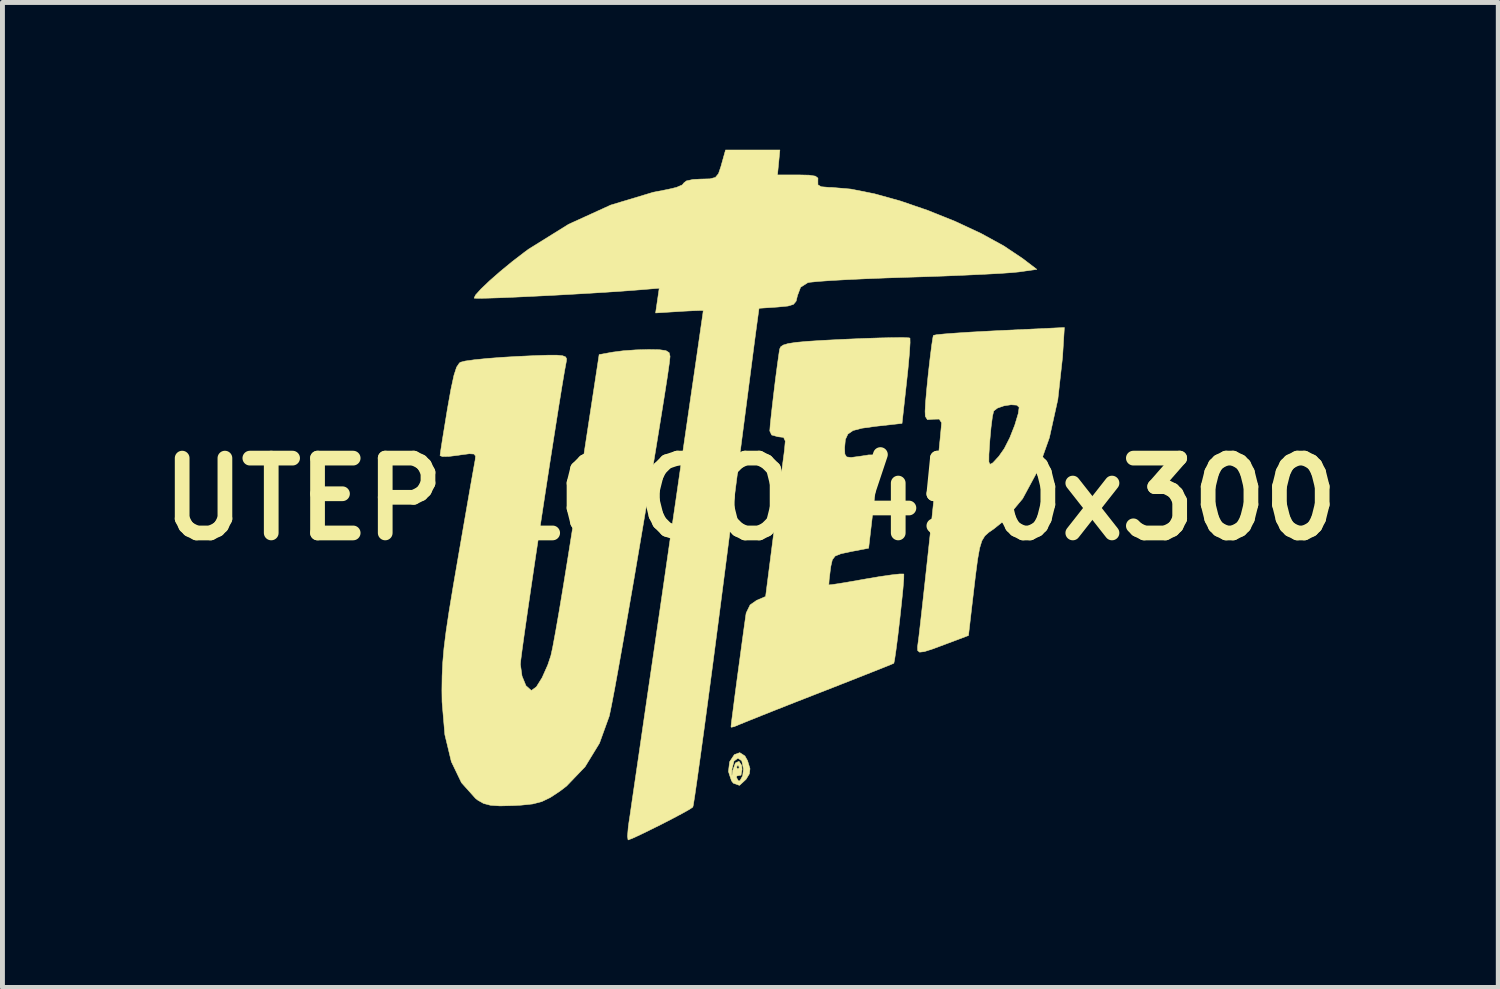
<source format=kicad_pcb>
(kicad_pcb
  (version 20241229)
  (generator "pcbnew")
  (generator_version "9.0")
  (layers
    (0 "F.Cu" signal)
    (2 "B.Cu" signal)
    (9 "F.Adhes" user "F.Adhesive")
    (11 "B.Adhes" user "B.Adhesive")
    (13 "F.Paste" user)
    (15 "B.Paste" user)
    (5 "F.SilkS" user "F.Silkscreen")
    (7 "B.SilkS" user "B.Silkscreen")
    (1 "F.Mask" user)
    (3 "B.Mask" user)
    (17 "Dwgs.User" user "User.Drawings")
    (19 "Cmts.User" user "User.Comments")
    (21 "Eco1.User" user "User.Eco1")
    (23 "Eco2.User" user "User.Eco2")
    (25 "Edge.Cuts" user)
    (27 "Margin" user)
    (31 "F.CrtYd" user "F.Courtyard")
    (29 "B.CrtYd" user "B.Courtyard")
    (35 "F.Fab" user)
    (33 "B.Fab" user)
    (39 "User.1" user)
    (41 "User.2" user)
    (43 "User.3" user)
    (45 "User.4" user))
  (footprint "UTEP LOGO 450x300"
    (layer "F.Cu")
    (at 12.236 7.117)
    (property "Reference" "UTEP LOGO 450x300" (at 0 0 0) (layer "F.SilkS") (effects (font (size 1.524 1.524) (thickness 0.3))))
    (attr through_hole)
    (fp_poly (pts (xy -0.112 5.232) (xy -0.058 5.328) (xy -0.008 5.492) (xy -0.021 5.597) (xy -0.089 5.709) (xy -0.222 5.832) (xy -0.348 5.787) (xy -0.384 5.74) (xy -0.418 5.639) (xy -0.38 5.639) (xy -0.371 5.61) (xy -0.358 5.524) (xy -0.336 5.461) (xy -0.282 5.461) (xy -0.254 5.503) (xy -0.226 5.461) (xy -0.254 5.419) (xy -0.282 5.461) (xy -0.336 5.461) (xy -0.305 5.375) (xy -0.232 5.341) (xy -0.177 5.426) (xy -0.169 5.508) (xy -0.191 5.625) (xy -0.226 5.63) (xy -0.278 5.641) (xy -0.282 5.675) (xy -0.242 5.742) (xy -0.212 5.736) (xy -0.157 5.634) (xy -0.141 5.496) (xy -0.176 5.331) (xy -0.254 5.278) (xy -0.334 5.337) (xy -0.376 5.503) (xy -0.38 5.639) (xy -0.418 5.639) (xy -0.447 5.549) (xy -0.423 5.351) (xy -0.327 5.205) (xy -0.216 5.165) (xy -0.112 5.232)) (stroke (width 0.01) (type solid)) (fill yes) (layer "F.SilkS"))
    (fp_poly (pts (xy 6.359 -2.893) (xy 6.263 -2.029) (xy 6.091 -1.251) (xy 5.85 -0.572) (xy 5.545 -0.007) (xy 5.182 0.427) (xy 4.96 0.606) (xy 4.854 0.679) (xy 4.775 0.751) (xy 4.716 0.849) (xy 4.67 0.998) (xy 4.629 1.227) (xy 4.585 1.561) (xy 4.53 2.029) (xy 4.513 2.173) (xy 4.443 2.779) (xy 3.973 2.956) (xy 3.712 3.053) (xy 3.543 3.107) (xy 3.447 3.118) (xy 3.407 3.085) (xy 3.405 3.009) (xy 3.414 2.942) (xy 3.433 2.796) (xy 3.465 2.517) (xy 3.508 2.132) (xy 3.559 1.669) (xy 3.615 1.155) (xy 3.673 0.618) (xy 3.729 0.085) (xy 3.782 -0.417) (xy 3.817 -0.756) (xy 4.858 -0.756) (xy 4.881 -0.709) (xy 4.933 -0.735) (xy 4.945 -0.745) (xy 5.061 -0.871) (xy 5.172 -1.029) (xy 5.283 -1.247) (xy 5.385 -1.505) (xy 5.456 -1.741) (xy 5.475 -1.869) (xy 5.427 -1.914) (xy 5.31 -1.922) (xy 5.166 -1.9) (xy 5.033 -1.854) (xy 4.957 -1.795) (xy 4.931 -1.685) (xy 4.902 -1.459) (xy 4.878 -1.197) (xy 4.859 -0.909) (xy 4.858 -0.756) (xy 3.817 -0.756) (xy 3.828 -0.859) (xy 3.864 -1.215) (xy 3.887 -1.457) (xy 3.895 -1.556) (xy 3.846 -1.63) (xy 3.725 -1.627) (xy 3.606 -1.618) (xy 3.563 -1.687) (xy 3.559 -1.79) (xy 3.569 -1.974) (xy 3.593 -2.247) (xy 3.625 -2.563) (xy 3.661 -2.876) (xy 3.694 -3.138) (xy 3.72 -3.303) (xy 3.729 -3.335) (xy 3.79 -3.348) (xy 3.948 -3.364) (xy 4.187 -3.382) (xy 4.49 -3.402) (xy 4.842 -3.421) (xy 5.075 -3.433) (xy 6.396 -3.495) (xy 6.359 -2.893)) (stroke (width 0.01) (type solid)) (fill yes) (layer "F.SilkS"))
    (fp_poly (pts (xy 3.229 -3.285) (xy 3.251 -3.279) (xy 3.253 -3.185) (xy 3.239 -2.961) (xy 3.21 -2.644) (xy 3.183 -2.391) (xy 3.089 -1.542) (xy 2.546 -1.482) (xy 2.272 -1.444) (xy 2.092 -1.397) (xy 1.986 -1.324) (xy 1.935 -1.214) (xy 1.92 -1.05) (xy 1.92 -1.025) (xy 1.925 -0.914) (xy 1.961 -0.859) (xy 2.052 -0.848) (xy 2.225 -0.871) (xy 2.258 -0.876) (xy 2.41 -0.9) (xy 2.512 -0.9) (xy 2.571 -0.85) (xy 2.591 -0.725) (xy 2.58 -0.501) (xy 2.543 -0.152) (xy 2.504 0.182) (xy 2.409 1) (xy 2.039 1.071) (xy 1.841 1.114) (xy 1.727 1.16) (xy 1.669 1.237) (xy 1.639 1.368) (xy 1.629 1.439) (xy 1.605 1.637) (xy 1.598 1.743) (xy 1.599 1.748) (xy 1.655 1.743) (xy 1.803 1.721) (xy 2.02 1.685) (xy 2.287 1.638) (xy 2.355 1.626) (xy 2.632 1.579) (xy 2.867 1.545) (xy 3.037 1.526) (xy 3.121 1.526) (xy 3.126 1.529) (xy 3.125 1.618) (xy 3.108 1.832) (xy 3.078 2.127) (xy 3.042 2.461) (xy 3.003 2.793) (xy 2.966 3.078) (xy 2.937 3.276) (xy 2.922 3.344) (xy 2.865 3.369) (xy 2.714 3.43) (xy 2.48 3.523) (xy 2.179 3.642) (xy 1.823 3.782) (xy 1.427 3.937) (xy 1.327 3.976) (xy 0.92 4.135) (xy 0.547 4.282) (xy 0.222 4.411) (xy -0.039 4.516) (xy -0.224 4.591) (xy -0.317 4.63) (xy -0.324 4.634) (xy -0.388 4.648) (xy -0.395 4.635) (xy -0.385 4.542) (xy -0.356 4.32) (xy -0.316 4.007) (xy -0.267 3.639) (xy -0.215 3.255) (xy -0.166 2.891) (xy -0.124 2.584) (xy -0.094 2.371) (xy -0.086 2.32) (xy -0.006 2.156) (xy 0.126 2.063) (xy 0.31 1.984) (xy 0.483 0.632) (xy 0.545 0.152) (xy 0.602 -0.288) (xy 0.649 -0.655) (xy 0.683 -0.911) (xy 0.694 -0.995) (xy 0.711 -1.182) (xy 0.676 -1.257) (xy 0.564 -1.27) (xy 0.563 -1.27) (xy 0.433 -1.306) (xy 0.395 -1.388) (xy 0.405 -1.523) (xy 0.432 -1.775) (xy 0.469 -2.096) (xy 0.51 -2.436) (xy 0.551 -2.746) (xy 0.584 -2.979) (xy 0.597 -3.058) (xy 0.618 -3.103) (xy 0.671 -3.139) (xy 0.769 -3.168) (xy 0.926 -3.192) (xy 1.154 -3.213) (xy 1.467 -3.233) (xy 1.879 -3.254) (xy 1.925 -3.256) (xy 2.296 -3.272) (xy 2.628 -3.283) (xy 2.905 -3.289) (xy 3.111 -3.29) (xy 3.229 -3.285)) (stroke (width 0.01) (type solid)) (fill yes) (layer "F.SilkS"))
    (fp_poly (pts (xy -1.852 -3.043) (xy -1.72 -3.024) (xy -1.655 -2.983) (xy -1.637 -2.912) (xy -1.637 -2.9) (xy -1.651 -2.771) (xy -1.69 -2.499) (xy -1.751 -2.106) (xy -1.83 -1.613) (xy -1.923 -1.04) (xy -2.027 -0.409) (xy -2.139 0.258) (xy -2.255 0.942) (xy -2.37 1.621) (xy -2.483 2.273) (xy -2.588 2.877) (xy -2.683 3.413) (xy -2.764 3.86) (xy -2.828 4.195) (xy -2.87 4.399) (xy -2.875 4.421) (xy -3.074 4.972) (xy -3.368 5.453) (xy -3.745 5.846) (xy -3.882 5.951) (xy -4.078 6.08) (xy -4.249 6.162) (xy -4.433 6.21) (xy -4.671 6.235) (xy -4.826 6.243) (xy -5.102 6.25) (xy -5.295 6.237) (xy -5.436 6.2) (xy -5.553 6.133) (xy -5.599 6.097) (xy -5.885 5.778) (xy -6.092 5.348) (xy -6.224 4.8) (xy -6.281 4.13) (xy -6.284 3.895) (xy -6.28 3.605) (xy -6.267 3.33) (xy -6.242 3.038) (xy -6.2 2.701) (xy -6.138 2.286) (xy -6.052 1.764) (xy -5.96 1.228) (xy -5.866 0.683) (xy -5.78 0.187) (xy -5.707 -0.234) (xy -5.65 -0.556) (xy -5.615 -0.752) (xy -5.607 -0.794) (xy -5.599 -0.877) (xy -5.631 -0.918) (xy -5.726 -0.924) (xy -5.907 -0.9) (xy -5.949 -0.893) (xy -6.137 -0.87) (xy -6.271 -0.867) (xy -6.322 -0.885) (xy -6.309 -0.983) (xy -6.274 -1.21) (xy -6.222 -1.529) (xy -6.173 -1.83) (xy -6.099 -2.244) (xy -6.039 -2.521) (xy -5.985 -2.688) (xy -5.927 -2.773) (xy -5.904 -2.788) (xy -5.811 -2.812) (xy -5.626 -2.838) (xy -5.369 -2.864) (xy -5.06 -2.888) (xy -4.752 -2.906) (xy -4.387 -2.923) (xy -4.121 -2.932) (xy -3.938 -2.932) (xy -3.824 -2.92) (xy -3.764 -2.896) (xy -3.744 -2.858) (xy -3.748 -2.813) (xy -3.786 -2.608) (xy -3.842 -2.274) (xy -3.913 -1.834) (xy -3.995 -1.312) (xy -4.086 -0.73) (xy -4.181 -0.112) (xy -4.277 0.52) (xy -4.371 1.142) (xy -4.458 1.731) (xy -4.536 2.264) (xy -4.601 2.717) (xy -4.65 3.069) (xy -4.679 3.295) (xy -4.685 3.367) (xy -4.652 3.605) (xy -4.572 3.801) (xy -4.469 3.893) (xy -4.455 3.895) (xy -4.359 3.824) (xy -4.243 3.638) (xy -4.128 3.38) (xy -4.064 3.188) (xy -4.028 3.023) (xy -3.971 2.715) (xy -3.896 2.286) (xy -3.808 1.757) (xy -3.71 1.15) (xy -3.605 0.487) (xy -3.522 -0.054) (xy -3.081 -2.944) (xy -2.797 -2.995) (xy -2.593 -3.021) (xy -2.332 -3.04) (xy -2.074 -3.047) (xy -1.852 -3.043)) (stroke (width 0.01) (type solid)) (fill yes) (layer "F.SilkS"))
    (fp_poly (pts (xy 0.552 -6.604) (xy 0.98 -6.604) (xy 1.198 -6.599) (xy 1.324 -6.579) (xy 1.376 -6.539) (xy 1.375 -6.477) (xy 1.376 -6.402) (xy 1.443 -6.363) (xy 1.597 -6.35) (xy 1.645 -6.35) (xy 2.049 -6.315) (xy 2.53 -6.219) (xy 3.061 -6.071) (xy 3.615 -5.881) (xy 4.168 -5.659) (xy 4.692 -5.415) (xy 5.161 -5.158) (xy 5.55 -4.898) (xy 5.556 -4.893) (xy 5.835 -4.68) (xy 5.472 -4.628) (xy 5.327 -4.614) (xy 5.085 -4.597) (xy 4.765 -4.58) (xy 4.381 -4.562) (xy 3.951 -4.544) (xy 3.492 -4.528) (xy 3.228 -4.52) (xy 2.77 -4.505) (xy 2.342 -4.488) (xy 1.958 -4.47) (xy 1.633 -4.452) (xy 1.382 -4.434) (xy 1.22 -4.418) (xy 1.169 -4.409) (xy 1.023 -4.316) (xy 0.959 -4.146) (xy 0.932 -4.033) (xy 0.878 -3.967) (xy 0.767 -3.933) (xy 0.574 -3.914) (xy 0.551 -3.912) (xy 0.176 -3.887) (xy 0.116 -3.446) (xy 0.094 -3.281) (xy 0.053 -2.967) (xy -0.005 -2.519) (xy -0.078 -1.957) (xy -0.164 -1.296) (xy -0.26 -0.553) (xy -0.364 0.255) (xy -0.474 1.111) (xy -0.538 1.607) (xy -0.649 2.467) (xy -0.755 3.278) (xy -0.854 4.023) (xy -0.943 4.687) (xy -1.021 5.255) (xy -1.085 5.713) (xy -1.133 6.044) (xy -1.163 6.234) (xy -1.173 6.274) (xy -1.237 6.318) (xy -1.383 6.4) (xy -1.584 6.507) (xy -1.813 6.625) (xy -2.045 6.74) (xy -2.252 6.841) (xy -2.409 6.913) (xy -2.49 6.943) (xy -2.492 6.943) (xy -2.503 6.869) (xy -2.488 6.685) (xy -2.474 6.583) (xy -2.452 6.439) (xy -2.411 6.154) (xy -2.351 5.744) (xy -2.275 5.226) (xy -2.187 4.618) (xy -2.088 3.937) (xy -1.98 3.2) (xy -1.867 2.423) (xy -1.751 1.624) (xy -1.635 0.819) (xy -1.519 0.027) (xy -1.409 -0.737) (xy -1.305 -1.454) (xy -1.21 -2.109) (xy -1.126 -2.684) (xy -1.057 -3.161) (xy -1.005 -3.524) (xy -0.971 -3.757) (xy -0.96 -3.84) (xy -0.96 -3.84) (xy -1.012 -3.843) (xy -1.151 -3.838) (xy -1.351 -3.828) (xy -1.445 -3.822) (xy -1.931 -3.792) (xy -1.894 -4.044) (xy -1.857 -4.296) (xy -2.241 -4.264) (xy -2.53 -4.242) (xy -2.871 -4.219) (xy -3.247 -4.195) (xy -3.644 -4.172) (xy -4.044 -4.15) (xy -4.432 -4.131) (xy -4.791 -4.114) (xy -5.106 -4.101) (xy -5.36 -4.093) (xy -5.538 -4.09) (xy -5.623 -4.093) (xy -5.628 -4.095) (xy -5.598 -4.158) (xy -5.488 -4.28) (xy -5.314 -4.446) (xy -5.096 -4.637) (xy -4.853 -4.837) (xy -4.603 -5.029) (xy -4.516 -5.093) (xy -3.704 -5.598) (xy -2.845 -5.99) (xy -1.978 -6.251) (xy -1.679 -6.309) (xy -1.505 -6.35) (xy -1.387 -6.401) (xy -1.355 -6.441) (xy -1.303 -6.482) (xy -1.17 -6.511) (xy -1.013 -6.519) (xy -0.823 -6.524) (xy -0.713 -6.553) (xy -0.65 -6.629) (xy -0.6 -6.776) (xy -0.589 -6.816) (xy -0.506 -7.112) (xy 0.601 -7.112) (xy 0.552 -6.604)) (stroke (width 0.01) (type solid)) (fill yes) (layer "F.SilkS")))
  (gr_rect
    (start -3 -3)
    (end 27.471 17.065)
    (stroke (width 0.1) (type default))
    (fill no)
    (layer "Edge.Cuts")))
</source>
